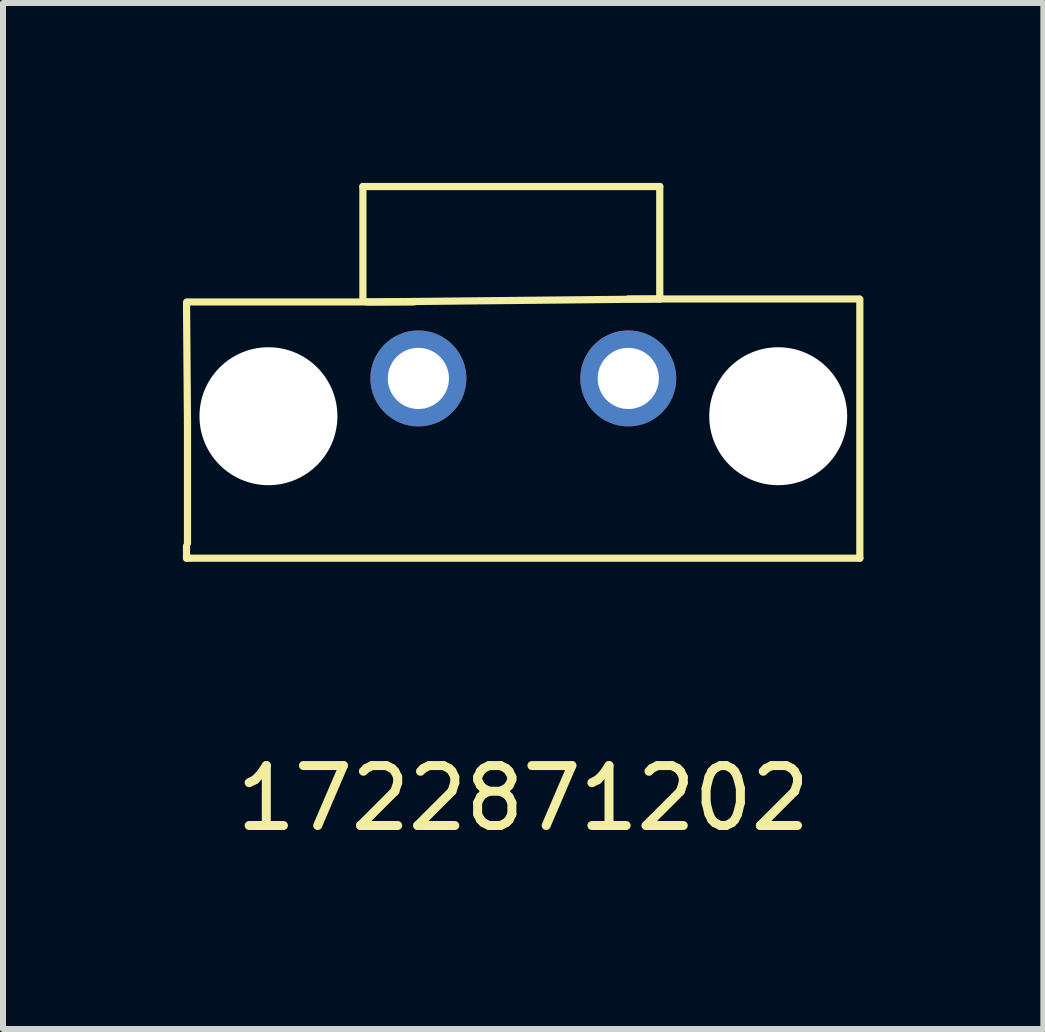
<source format=kicad_pcb>
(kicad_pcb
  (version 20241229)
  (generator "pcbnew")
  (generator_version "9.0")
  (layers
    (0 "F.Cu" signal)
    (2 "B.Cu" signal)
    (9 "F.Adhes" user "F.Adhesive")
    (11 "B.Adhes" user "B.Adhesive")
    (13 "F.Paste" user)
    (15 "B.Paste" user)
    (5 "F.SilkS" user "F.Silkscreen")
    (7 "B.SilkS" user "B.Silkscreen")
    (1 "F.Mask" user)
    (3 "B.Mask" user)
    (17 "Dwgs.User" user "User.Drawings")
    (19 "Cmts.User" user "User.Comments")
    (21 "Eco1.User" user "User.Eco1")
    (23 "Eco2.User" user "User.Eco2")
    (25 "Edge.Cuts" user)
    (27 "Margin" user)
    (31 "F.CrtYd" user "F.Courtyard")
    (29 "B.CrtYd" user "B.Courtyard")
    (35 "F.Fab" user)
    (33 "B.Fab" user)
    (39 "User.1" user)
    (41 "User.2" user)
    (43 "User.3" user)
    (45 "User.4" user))
  (footprint "1722871202"
    (layer "F.Cu")
    (at 7.426 3.26)
    (property "Reference" "1722871202" (at -1.75 7 0) (layer "F.SilkS") (effects (font (size 1 1) (thickness 0.15))))
    (attr through_hole)
    (fp_line (start -7.366 2.997) (end -7.366 2.794) (stroke (width 0.12) (type solid)) (layer "F.SilkS"))
    (fp_line (start -7.35 -1.275) (end -3.575 -1.275) (stroke (width 0.12) (type solid)) (layer "F.SilkS"))
    (fp_line (start -7.35 0.75) (end -7.366 -1.27) (stroke (width 0.12) (type solid)) (layer "F.SilkS"))
    (fp_line (start -7.35 0.75) (end -7.35 2.75) (stroke (width 0.12) (type solid)) (layer "F.SilkS"))
    (fp_line (start -4.425 -3.2) (end 0.525 -3.2) (stroke (width 0.12) (type solid)) (layer "F.SilkS"))
    (fp_line (start -4.425 -1.325) (end -4.425 -3.2) (stroke (width 0.12) (type solid)) (layer "F.SilkS"))
    (fp_line (start 0 -1.325) (end 3.85 -1.325) (stroke (width 0.12) (type solid)) (layer "F.SilkS"))
    (fp_line (start 0.525 -3.2) (end 0.525 -1.325) (stroke (width 0.12) (type solid)) (layer "F.SilkS"))
    (fp_line (start 0.525 -1.325) (end -4.35 -1.275) (stroke (width 0.12) (type solid)) (layer "F.SilkS"))
    (fp_line (start 3.861 -1.321) (end 3.861 2.997) (stroke (width 0.12) (type solid)) (layer "F.SilkS"))
    (fp_line (start 3.861 2.997) (end -7.366 2.997) (stroke (width 0.12) (type solid)) (layer "F.SilkS"))
    (pad "" np_thru_hole circle (at -6 0.63) (size 2.3 2.3) (drill 2.3) (layers "*.Cu" "*.Mask"))
    (pad "" np_thru_hole circle (at 2.5 0.63) (size 2.3 2.3) (drill 2.3) (layers "*.Cu" "*.Mask"))
    (pad "1" thru_hole circle (at -3.5 0) (size 1.6 1.6) (drill 1.02) (layers "*.Cu" "*.Mask"))
    (pad "2" thru_hole circle (at 0 0) (size 1.6 1.6) (drill 1.02) (layers "*.Cu" "*.Mask")))
  (gr_rect
    (start -3 -3)
    (end 14.347 14.108)
    (stroke (width 0.1) (type default))
    (fill no)
    (layer "Edge.Cuts")))
</source>
